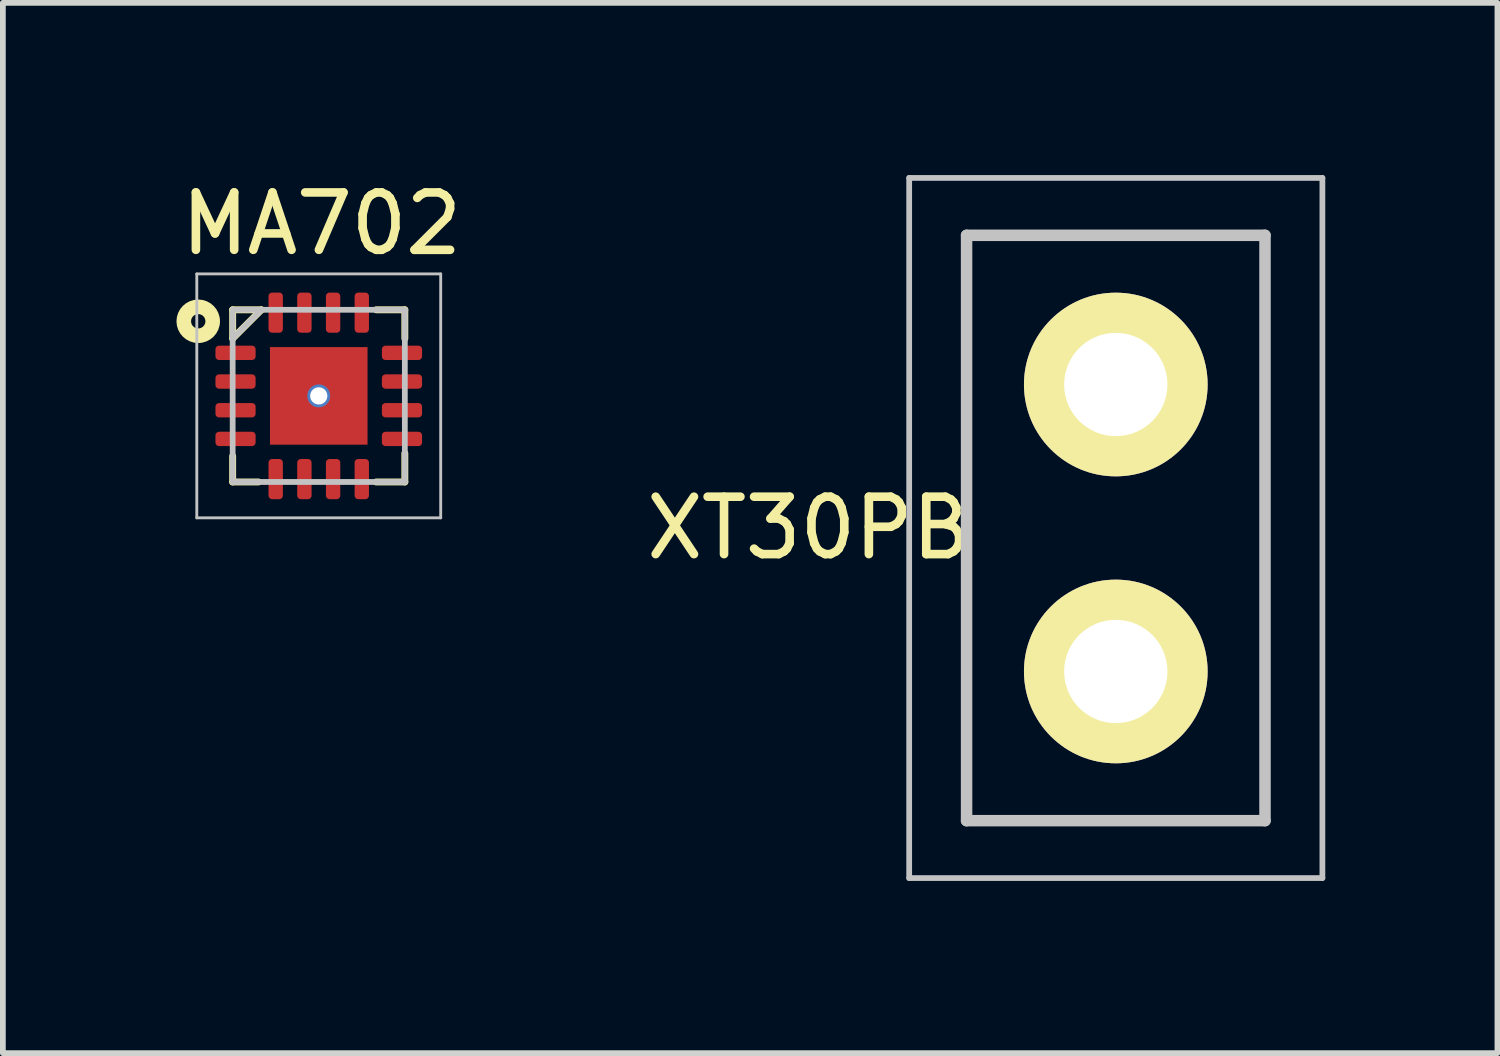
<source format=kicad_pcb>
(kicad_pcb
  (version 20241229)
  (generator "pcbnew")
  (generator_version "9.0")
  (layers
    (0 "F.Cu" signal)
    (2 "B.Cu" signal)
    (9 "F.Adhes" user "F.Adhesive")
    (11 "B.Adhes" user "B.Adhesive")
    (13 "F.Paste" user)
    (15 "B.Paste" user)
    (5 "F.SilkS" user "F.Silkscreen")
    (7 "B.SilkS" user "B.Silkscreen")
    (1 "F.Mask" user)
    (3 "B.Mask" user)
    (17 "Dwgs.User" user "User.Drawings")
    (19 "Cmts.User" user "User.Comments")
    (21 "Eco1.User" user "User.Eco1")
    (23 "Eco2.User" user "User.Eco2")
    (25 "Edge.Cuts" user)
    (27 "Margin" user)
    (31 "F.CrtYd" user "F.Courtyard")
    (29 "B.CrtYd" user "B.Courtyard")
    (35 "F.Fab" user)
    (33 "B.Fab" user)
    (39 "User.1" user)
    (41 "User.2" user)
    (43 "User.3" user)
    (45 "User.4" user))
  (footprint "MA702"
    (layer "F.Cu")
    (at 2.504 3.848)
    (property "Reference" "MA702" (at 0.05 -3 0) (layer "F.SilkS") (effects (font (size 1 1) (thickness 0.15))))
    (attr smd)
    (fp_line (start -1.5 -1.5) (end -1.5 -1) (stroke (width 0.12) (type solid)) (layer "F.SilkS"))
    (fp_line (start -1.5 -1) (end -1 -1.5) (stroke (width 0.12) (type solid)) (layer "F.SilkS"))
    (fp_line (start -1.5 1.5) (end -1.5 1.05) (stroke (width 0.12) (type solid)) (layer "F.SilkS"))
    (fp_line (start -1.5 1.5) (end -1.05 1.5) (stroke (width 0.12) (type solid)) (layer "F.SilkS"))
    (fp_line (start -1 -1.5) (end -1.5 -1.5) (stroke (width 0.12) (type solid)) (layer "F.SilkS"))
    (fp_line (start 1 1.5) (end 1.5 1.5) (stroke (width 0.12) (type solid)) (layer "F.SilkS"))
    (fp_line (start 1.5 -1.5) (end 1 -1.5) (stroke (width 0.12) (type solid)) (layer "F.SilkS"))
    (fp_line (start 1.5 -1) (end 1.5 -1.5) (stroke (width 0.12) (type solid)) (layer "F.SilkS"))
    (fp_line (start 1.5 1.5) (end 1.5 1) (stroke (width 0.12) (type solid)) (layer "F.SilkS"))
    (fp_circle (center -2.1 -1.3) (end -1.975 -1.3) (stroke (width 0.254) (type solid)) (fill no) (layer "F.SilkS"))
    (fp_line (start -2.125 -2.125) (end 2.125 -2.125) (stroke (width 0.05) (type solid)) (layer "Dwgs.User"))
    (fp_line (start -2.125 2.125) (end -2.125 -2.125) (stroke (width 0.05) (type solid)) (layer "Dwgs.User"))
    (fp_line (start -1.5 -1.5) (end 1.5 -1.5) (stroke (width 0.1) (type solid)) (layer "Dwgs.User"))
    (fp_line (start -1.5 -1) (end -1 -1.5) (stroke (width 0.1) (type solid)) (layer "Dwgs.User"))
    (fp_line (start -1.5 1.5) (end -1.5 -1.5) (stroke (width 0.1) (type solid)) (layer "Dwgs.User"))
    (fp_line (start 1.5 -1.5) (end 1.5 1.5) (stroke (width 0.1) (type solid)) (layer "Dwgs.User"))
    (fp_line (start 1.5 1.5) (end -1.5 1.5) (stroke (width 0.1) (type solid)) (layer "Dwgs.User"))
    (fp_line (start 2.125 -2.125) (end 2.125 2.125) (stroke (width 0.05) (type solid)) (layer "Dwgs.User"))
    (fp_line (start 2.125 2.125) (end -2.125 2.125) (stroke (width 0.05) (type solid)) (layer "Dwgs.User"))
    (pad "1" smd roundrect (at -1.45 -0.75 90) (size 0.25 0.7) (layers "F.Cu" "F.Mask" "F.Paste") (roundrect_rratio 0.25))
    (pad "2" smd roundrect (at -1.45 -0.25 90) (size 0.25 0.7) (layers "F.Cu" "F.Mask" "F.Paste") (roundrect_rratio 0.25))
    (pad "3" smd roundrect (at -1.45 0.25 90) (size 0.25 0.7) (layers "F.Cu" "F.Mask" "F.Paste") (roundrect_rratio 0.25))
    (pad "4" smd roundrect (at -1.45 0.75 90) (size 0.25 0.7) (layers "F.Cu" "F.Mask" "F.Paste") (roundrect_rratio 0.25))
    (pad "5" smd roundrect (at -0.75 1.45) (size 0.25 0.7) (layers "F.Cu" "F.Mask" "F.Paste") (roundrect_rratio 0.25))
    (pad "6" smd roundrect (at -0.25 1.45) (size 0.25 0.7) (layers "F.Cu" "F.Mask" "F.Paste") (roundrect_rratio 0.25))
    (pad "7" smd roundrect (at 0.25 1.45) (size 0.25 0.7) (layers "F.Cu" "F.Mask" "F.Paste") (roundrect_rratio 0.25))
    (pad "8" smd roundrect (at 0.75 1.45) (size 0.25 0.7) (layers "F.Cu" "F.Mask" "F.Paste") (roundrect_rratio 0.25))
    (pad "9" smd roundrect (at 1.45 0.75 90) (size 0.25 0.7) (layers "F.Cu" "F.Mask" "F.Paste") (roundrect_rratio 0.25))
    (pad "10" smd roundrect (at 1.45 0.25 90) (size 0.25 0.7) (layers "F.Cu" "F.Mask" "F.Paste") (roundrect_rratio 0.25))
    (pad "11" smd roundrect (at 1.45 -0.25 90) (size 0.25 0.7) (layers "F.Cu" "F.Mask" "F.Paste") (roundrect_rratio 0.25))
    (pad "12" smd roundrect (at 1.45 -0.75 90) (size 0.25 0.7) (layers "F.Cu" "F.Mask" "F.Paste") (roundrect_rratio 0.25))
    (pad "13" smd roundrect (at 0.75 -1.45) (size 0.25 0.7) (layers "F.Cu" "F.Mask" "F.Paste") (roundrect_rratio 0.25))
    (pad "14" smd roundrect (at 0.25 -1.45) (size 0.25 0.7) (layers "F.Cu" "F.Mask" "F.Paste") (roundrect_rratio 0.25))
    (pad "15" smd roundrect (at -0.25 -1.45) (size 0.25 0.7) (layers "F.Cu" "F.Mask" "F.Paste") (roundrect_rratio 0.25))
    (pad "16" smd roundrect (at -0.75 -1.45) (size 0.25 0.7) (layers "F.Cu" "F.Mask" "F.Paste") (roundrect_rratio 0.25))
    (pad "17" thru_hole circle (at 0 0) (size 0.4 0.4) (drill 0.3) (layers "*.Cu" "F.Mask"))
    (pad "17" smd rect (at 0 0) (size 1.7 1.7) (layers "F.Cu" "F.Mask" "F.Paste")))
  (footprint "XT30PB"
    (layer "F.Cu")
    (at 16.392 3.65)
    (property "Reference" "XT30PB" (at -5.35 2.5 0) (layer "F.SilkS") (effects (font (size 1 1) (thickness 0.15))))
    (attr through_hole)
    (fp_line (start -2.6 -2.6) (end 2.6 -2.6) (stroke (width 0.1) (type solid)) (layer "F.SilkS"))
    (fp_line (start -2.6 7.6) (end -2.6 -2.6) (stroke (width 0.1) (type solid)) (layer "F.SilkS"))
    (fp_line (start 2.6 -2.6) (end 2.6 7.6) (stroke (width 0.1) (type solid)) (layer "F.SilkS"))
    (fp_line (start 2.6 7.6) (end -2.6 7.6) (stroke (width 0.1) (type solid)) (layer "F.SilkS"))
    (fp_line (start -3.6 -3.6) (end 3.6 -3.6) (stroke (width 0.1) (type solid)) (layer "Dwgs.User"))
    (fp_line (start -3.6 8.6) (end -3.6 -3.6) (stroke (width 0.1) (type solid)) (layer "Dwgs.User"))
    (fp_line (start -2.6 -2.6) (end 2.6 -2.6) (stroke (width 0.2) (type solid)) (layer "Dwgs.User"))
    (fp_line (start -2.6 7.6) (end -2.6 -2.6) (stroke (width 0.2) (type solid)) (layer "Dwgs.User"))
    (fp_line (start 2.6 -2.6) (end 2.6 7.6) (stroke (width 0.2) (type solid)) (layer "Dwgs.User"))
    (fp_line (start 2.6 7.6) (end -2.6 7.6) (stroke (width 0.2) (type solid)) (layer "Dwgs.User"))
    (fp_line (start 3.6 -3.6) (end 3.6 8.6) (stroke (width 0.1) (type solid)) (layer "Dwgs.User"))
    (fp_line (start 3.6 8.6) (end -3.6 8.6) (stroke (width 0.1) (type solid)) (layer "Dwgs.User"))
    (pad "1" thru_hole circle (at 0 0 90) (size 3.2 3.2) (drill 1.8) (layers "*.Cu" "*.Mask" "F.SilkS"))
    (pad "2" thru_hole circle (at 0 5 90) (size 3.2 3.2) (drill 1.8) (layers "*.Cu" "*.Mask" "F.SilkS")))
  (gr_rect
    (start -3 -3)
    (end 23.042 15.3)
    (stroke (width 0.1) (type default))
    (fill no)
    (layer "Edge.Cuts")))
</source>
